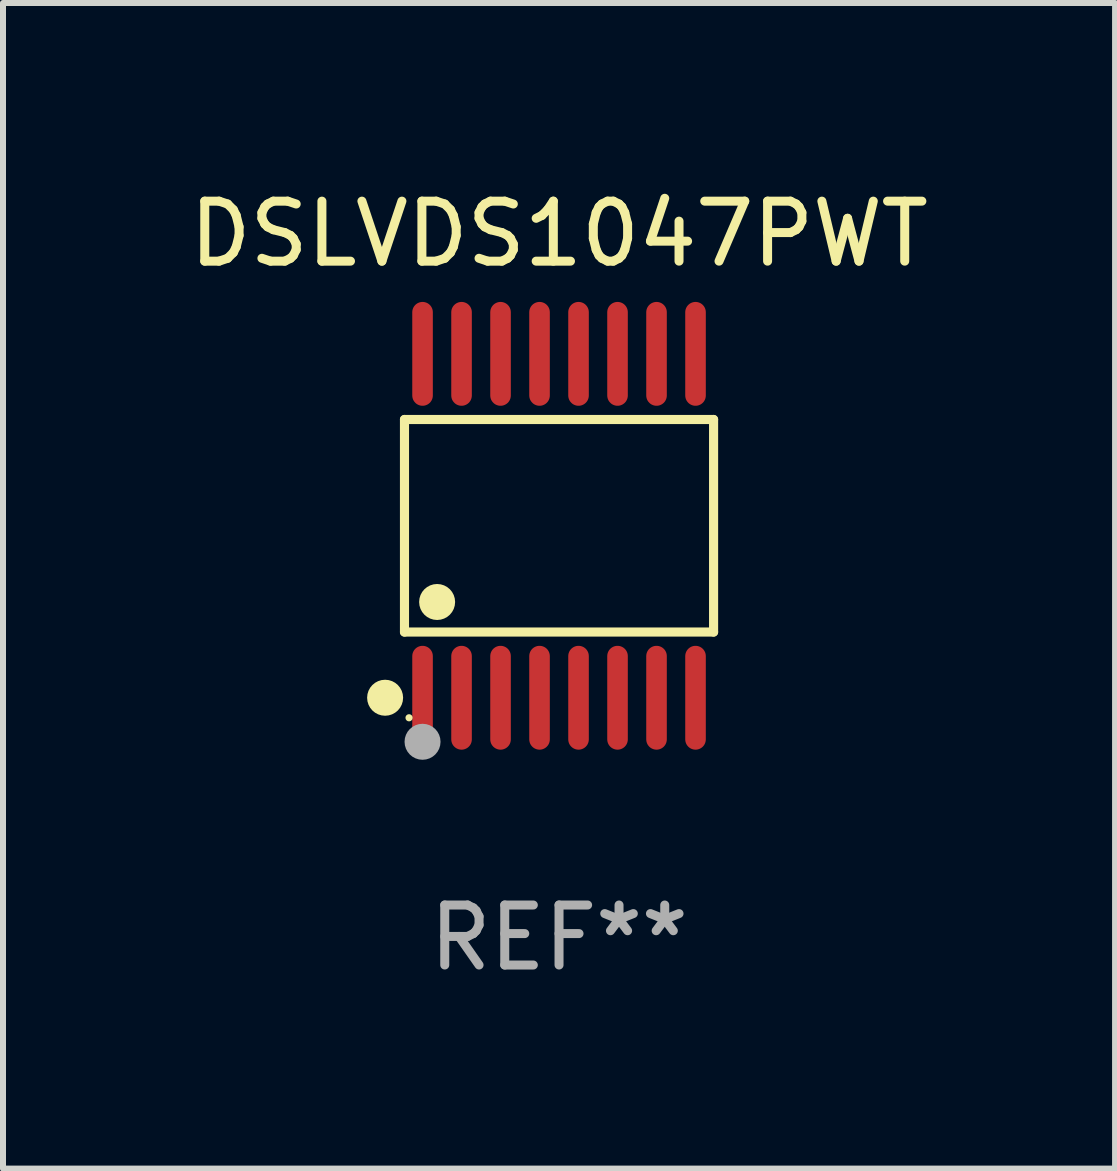
<source format=kicad_pcb>
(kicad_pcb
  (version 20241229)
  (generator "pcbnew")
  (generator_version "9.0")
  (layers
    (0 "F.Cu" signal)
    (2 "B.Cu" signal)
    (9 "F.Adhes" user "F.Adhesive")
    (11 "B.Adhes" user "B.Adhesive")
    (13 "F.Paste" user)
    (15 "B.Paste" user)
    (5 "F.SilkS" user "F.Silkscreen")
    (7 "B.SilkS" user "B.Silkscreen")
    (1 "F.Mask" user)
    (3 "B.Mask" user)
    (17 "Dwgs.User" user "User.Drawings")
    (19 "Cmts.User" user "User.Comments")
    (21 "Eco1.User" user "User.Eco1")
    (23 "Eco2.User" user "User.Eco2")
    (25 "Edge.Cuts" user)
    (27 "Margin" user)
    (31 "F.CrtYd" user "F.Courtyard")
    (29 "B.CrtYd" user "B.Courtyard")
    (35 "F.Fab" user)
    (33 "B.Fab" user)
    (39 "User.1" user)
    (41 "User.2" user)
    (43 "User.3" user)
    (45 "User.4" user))
  (footprint "DSLVDS1047PWT"
    (layer "F.Cu")
    (at 6.268 5.714)
    (property "Reference" "DSLVDS1047PWT" (at 0 -4.866 0) (layer "F.SilkS") (effects (font (size 1 1) (thickness 0.15))))
    (attr through_hole)
    (fp_line (start -2.576 -1.772) (end 2.576 -1.772) (stroke (width 0.152) (type solid)) (layer "F.SilkS"))
    (fp_line (start -2.576 1.771) (end -2.576 -1.772) (stroke (width 0.152) (type solid)) (layer "F.SilkS"))
    (fp_line (start 2.576 -1.772) (end 2.576 1.771) (stroke (width 0.152) (type solid)) (layer "F.SilkS"))
    (fp_line (start 2.576 1.771) (end -2.576 1.771) (stroke (width 0.152) (type solid)) (layer "F.SilkS"))
    (fp_circle (center -2.899 2.866) (end -2.749 2.866) (stroke (width 0.3) (type solid)) (fill no) (layer "F.SilkS"))
    (fp_circle (center -2.5 3.2) (end -2.47 3.2) (stroke (width 0.06) (type solid)) (fill no) (layer "F.SilkS"))
    (fp_circle (center -2.032 1.27) (end -1.882 1.27) (stroke (width 0.3) (type solid)) (fill no) (layer "F.SilkS"))
    (fp_circle (center -2.275 3.6) (end -2.125 3.6) (stroke (width 0.3) (type solid)) (fill no) (layer "F.Fab"))
    (fp_text user "REF**" (at 0 6.866 0) (layer "F.Fab") (effects (font (size 1 1) (thickness 0.15))))
    (pad "1" smd oval (at -2.275 2.866) (size 0.343 1.731) (layers "F.Cu" "F.Mask" "F.Paste"))
    (pad "2" smd oval (at -1.625 2.866) (size 0.343 1.731) (layers "F.Cu" "F.Mask" "F.Paste"))
    (pad "3" smd oval (at -0.975 2.866) (size 0.343 1.731) (layers "F.Cu" "F.Mask" "F.Paste"))
    (pad "4" smd oval (at -0.325 2.866) (size 0.343 1.731) (layers "F.Cu" "F.Mask" "F.Paste"))
    (pad "5" smd oval (at 0.325 2.866) (size 0.343 1.731) (layers "F.Cu" "F.Mask" "F.Paste"))
    (pad "6" smd oval (at 0.975 2.866) (size 0.343 1.731) (layers "F.Cu" "F.Mask" "F.Paste"))
    (pad "7" smd oval (at 1.625 2.866) (size 0.343 1.731) (layers "F.Cu" "F.Mask" "F.Paste"))
    (pad "8" smd oval (at 2.275 2.866) (size 0.343 1.731) (layers "F.Cu" "F.Mask" "F.Paste"))
    (pad "9" smd oval (at 2.275 -2.866) (size 0.343 1.731) (layers "F.Cu" "F.Mask" "F.Paste"))
    (pad "10" smd oval (at 1.625 -2.866) (size 0.343 1.731) (layers "F.Cu" "F.Mask" "F.Paste"))
    (pad "11" smd oval (at 0.975 -2.866) (size 0.343 1.731) (layers "F.Cu" "F.Mask" "F.Paste"))
    (pad "12" smd oval (at 0.325 -2.866) (size 0.343 1.731) (layers "F.Cu" "F.Mask" "F.Paste"))
    (pad "13" smd oval (at -0.325 -2.866) (size 0.343 1.731) (layers "F.Cu" "F.Mask" "F.Paste"))
    (pad "14" smd oval (at -0.975 -2.866) (size 0.343 1.731) (layers "F.Cu" "F.Mask" "F.Paste"))
    (pad "15" smd oval (at -1.625 -2.866) (size 0.343 1.731) (layers "F.Cu" "F.Mask" "F.Paste"))
    (pad "16" smd oval (at -2.275 -2.866) (size 0.343 1.731) (layers "F.Cu" "F.Mask" "F.Paste")))
  (gr_rect
    (start -3 -3)
    (end 15.536 16.428)
    (stroke (width 0.1) (type default))
    (fill no)
    (layer "Edge.Cuts")))
</source>
